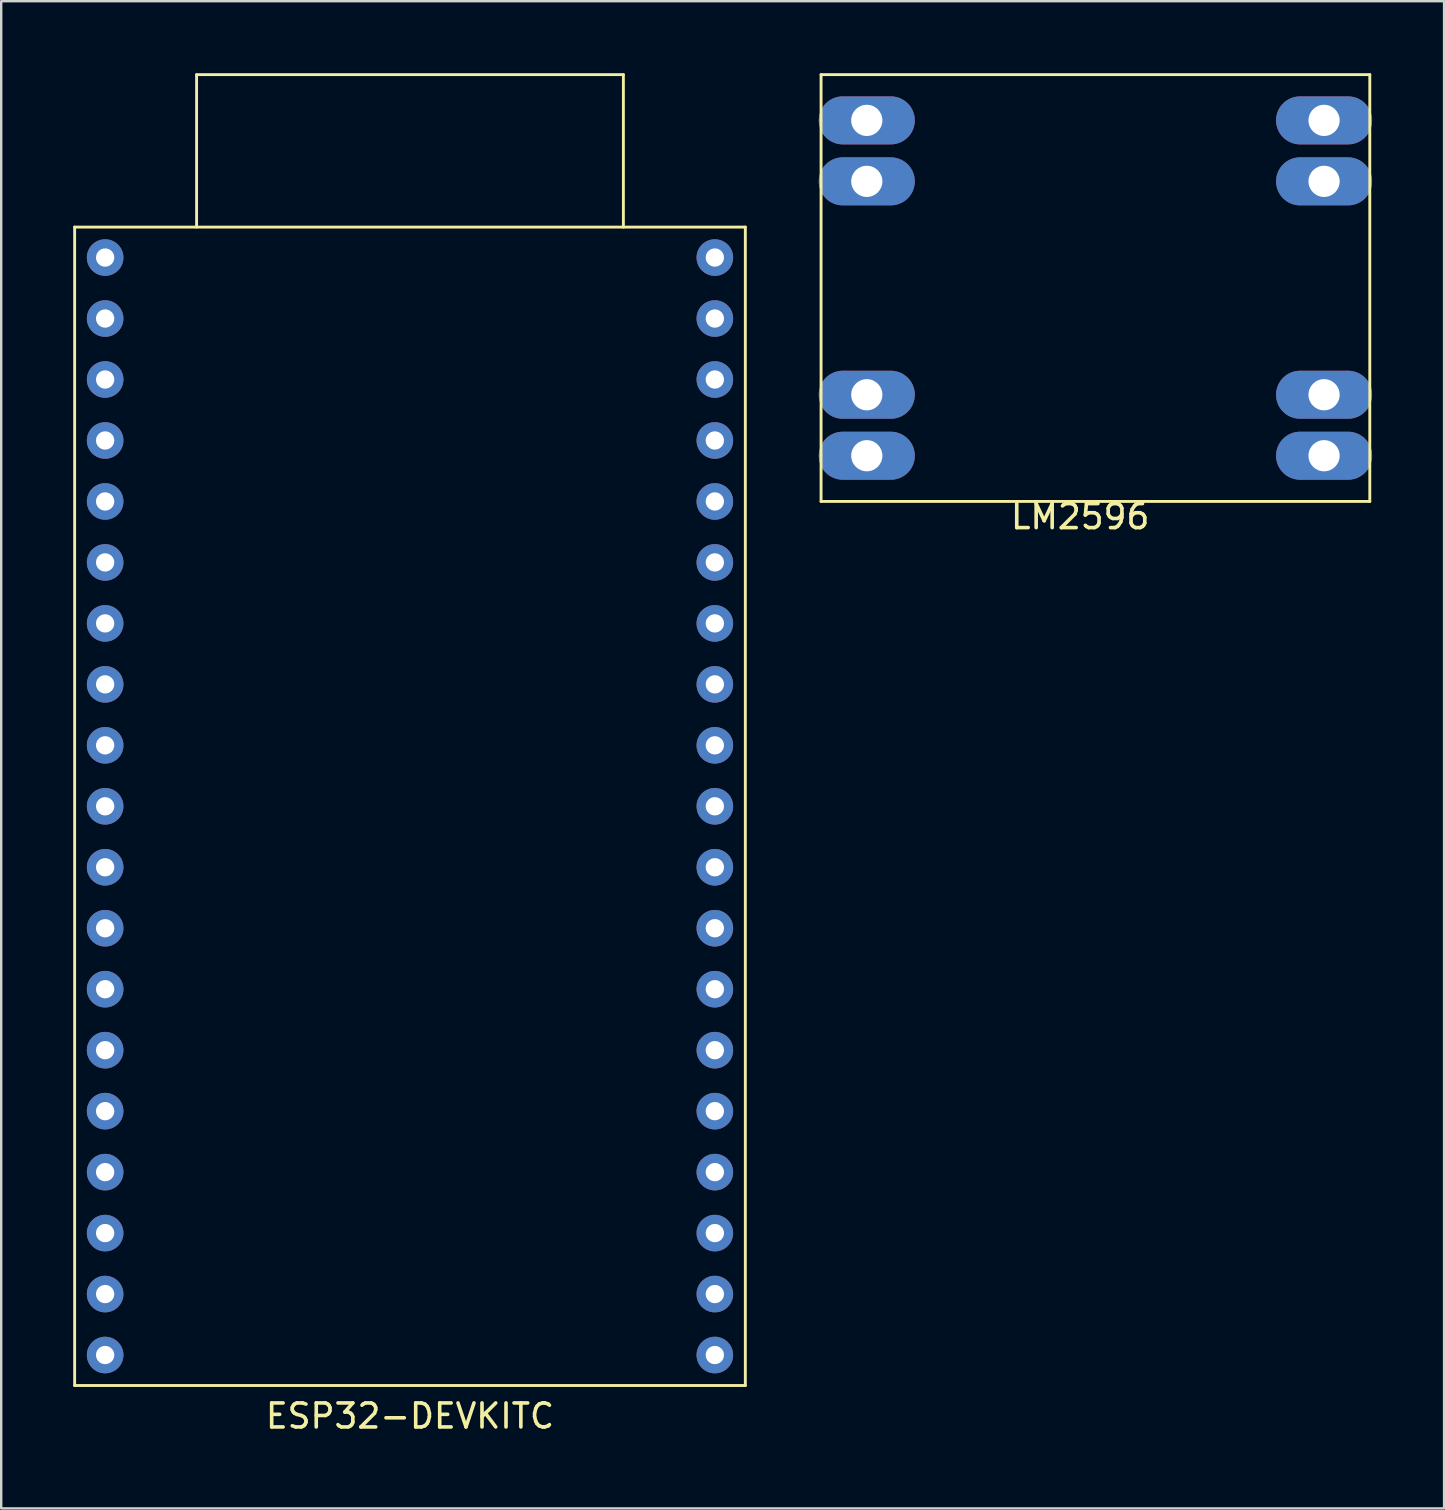
<source format=kicad_pcb>
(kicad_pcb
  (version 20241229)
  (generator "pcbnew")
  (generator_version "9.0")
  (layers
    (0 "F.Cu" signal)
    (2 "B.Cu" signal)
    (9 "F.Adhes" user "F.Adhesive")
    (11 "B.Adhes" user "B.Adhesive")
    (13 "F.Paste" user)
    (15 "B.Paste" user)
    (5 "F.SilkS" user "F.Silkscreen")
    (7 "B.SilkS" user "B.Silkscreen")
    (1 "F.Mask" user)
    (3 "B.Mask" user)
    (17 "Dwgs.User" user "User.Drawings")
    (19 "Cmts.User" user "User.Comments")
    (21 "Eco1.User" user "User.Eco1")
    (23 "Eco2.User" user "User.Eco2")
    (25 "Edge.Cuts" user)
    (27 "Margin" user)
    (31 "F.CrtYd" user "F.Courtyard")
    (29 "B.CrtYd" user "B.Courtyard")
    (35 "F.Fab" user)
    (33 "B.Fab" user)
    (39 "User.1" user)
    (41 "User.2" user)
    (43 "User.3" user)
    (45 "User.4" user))
  (footprint "LM2596"
    (layer "F.Cu")
    (at 41.95 8.315)
    (property "Reference" "LM2596" (at 0 10.16 0) (layer "F.SilkS") (effects (font (size 1 1) (thickness 0.15))))
    (attr through_hole)
    (fp_line (start -10.795 -8.255) (end 12.065 -8.255) (stroke (width 0.12) (type solid)) (layer "F.SilkS"))
    (fp_line (start -10.795 9.525) (end -10.795 -8.255) (stroke (width 0.12) (type solid)) (layer "F.SilkS"))
    (fp_line (start 12.065 -8.255) (end 12.065 9.525) (stroke (width 0.12) (type solid)) (layer "F.SilkS"))
    (fp_line (start 12.065 9.525) (end -10.795 9.525) (stroke (width 0.12) (type solid)) (layer "F.SilkS"))
    (pad "1" thru_hole oval (at -8.89 -6.35) (size 4 2) (drill 1.3) (layers "*.Cu" "*.Mask"))
    (pad "1" thru_hole oval (at -8.89 -3.81) (size 4 2) (drill 1.3) (layers "*.Cu" "*.Mask"))
    (pad "2" thru_hole oval (at -8.89 5.08) (size 4 2) (drill 1.3) (layers "*.Cu" "*.Mask"))
    (pad "2" thru_hole oval (at -8.89 7.62) (size 4 2) (drill 1.3) (layers "*.Cu" "*.Mask"))
    (pad "3" thru_hole oval (at 10.16 -6.35) (size 4 2) (drill 1.3) (layers "*.Cu" "*.Mask"))
    (pad "3" thru_hole oval (at 10.16 -3.81) (size 4 2) (drill 1.3) (layers "*.Cu" "*.Mask"))
    (pad "4" thru_hole oval (at 10.16 5.08) (size 4 2) (drill 1.3) (layers "*.Cu" "*.Mask"))
    (pad "4" thru_hole oval (at 10.16 7.62) (size 4 2) (drill 1.3) (layers "*.Cu" "*.Mask")))
  (footprint "ESP32-DEVKITC"
    (layer "F.Cu")
    (at 14.03 30.54)
    (property "Reference" "ESP32-DEVKITC" (at 0 25.4 0) (layer "F.SilkS") (effects (font (size 1 1) (thickness 0.15))))
    (attr through_hole)
    (fp_line (start -13.97 -24.13) (end -13.97 24.13) (stroke (width 0.12) (type solid)) (layer "F.SilkS"))
    (fp_line (start -13.97 24.13) (end 13.97 24.13) (stroke (width 0.12) (type solid)) (layer "F.SilkS"))
    (fp_line (start -8.89 -30.48) (end -8.89 -24.13) (stroke (width 0.12) (type solid)) (layer "F.SilkS"))
    (fp_line (start 8.89 -30.48) (end -8.89 -30.48) (stroke (width 0.12) (type solid)) (layer "F.SilkS"))
    (fp_line (start 8.89 -24.13) (end 8.89 -30.48) (stroke (width 0.12) (type solid)) (layer "F.SilkS"))
    (fp_line (start 13.97 -24.13) (end -13.97 -24.13) (stroke (width 0.12) (type solid)) (layer "F.SilkS"))
    (fp_line (start 13.97 24.13) (end 13.97 -24.13) (stroke (width 0.12) (type solid)) (layer "F.SilkS"))
    (pad "1" thru_hole circle (at -12.7 -22.86) (size 1.524 1.524) (drill 0.762) (layers "*.Cu" "*.Mask"))
    (pad "2" thru_hole circle (at -12.7 -20.32) (size 1.524 1.524) (drill 0.762) (layers "*.Cu" "*.Mask"))
    (pad "3" thru_hole circle (at -12.7 -17.78) (size 1.524 1.524) (drill 0.762) (layers "*.Cu" "*.Mask"))
    (pad "4" thru_hole circle (at -12.7 -15.24) (size 1.524 1.524) (drill 0.762) (layers "*.Cu" "*.Mask"))
    (pad "5" thru_hole circle (at -12.7 -12.7) (size 1.524 1.524) (drill 0.762) (layers "*.Cu" "*.Mask"))
    (pad "6" thru_hole circle (at -12.7 -10.16) (size 1.524 1.524) (drill 0.762) (layers "*.Cu" "*.Mask"))
    (pad "7" thru_hole circle (at -12.7 -7.62) (size 1.524 1.524) (drill 0.762) (layers "*.Cu" "*.Mask"))
    (pad "8" thru_hole circle (at -12.7 -5.08) (size 1.524 1.524) (drill 0.762) (layers "*.Cu" "*.Mask"))
    (pad "9" thru_hole circle (at -12.7 -2.54) (size 1.524 1.524) (drill 0.762) (layers "*.Cu" "*.Mask"))
    (pad "10" thru_hole circle (at -12.7 0) (size 1.524 1.524) (drill 0.762) (layers "*.Cu" "*.Mask"))
    (pad "11" thru_hole circle (at -12.7 2.54) (size 1.524 1.524) (drill 0.762) (layers "*.Cu" "*.Mask"))
    (pad "12" thru_hole circle (at -12.7 5.08) (size 1.524 1.524) (drill 0.762) (layers "*.Cu" "*.Mask"))
    (pad "13" thru_hole circle (at -12.7 7.62) (size 1.524 1.524) (drill 0.762) (layers "*.Cu" "*.Mask"))
    (pad "14" thru_hole circle (at -12.7 10.16) (size 1.524 1.524) (drill 0.762) (layers "*.Cu" "*.Mask"))
    (pad "15" thru_hole circle (at -12.7 12.7) (size 1.524 1.524) (drill 0.762) (layers "*.Cu" "*.Mask"))
    (pad "16" thru_hole circle (at -12.7 15.24) (size 1.524 1.524) (drill 0.762) (layers "*.Cu" "*.Mask"))
    (pad "17" thru_hole circle (at -12.7 17.78) (size 1.524 1.524) (drill 0.762) (layers "*.Cu" "*.Mask"))
    (pad "18" thru_hole circle (at -12.7 20.32) (size 1.524 1.524) (drill 0.762) (layers "*.Cu" "*.Mask"))
    (pad "19" thru_hole circle (at -12.7 22.86) (size 1.524 1.524) (drill 0.762) (layers "*.Cu" "*.Mask"))
    (pad "20" thru_hole circle (at 12.7 22.86) (size 1.524 1.524) (drill 0.762) (layers "*.Cu" "*.Mask"))
    (pad "21" thru_hole circle (at 12.7 20.32) (size 1.524 1.524) (drill 0.762) (layers "*.Cu" "*.Mask"))
    (pad "22" thru_hole circle (at 12.7 17.78) (size 1.524 1.524) (drill 0.762) (layers "*.Cu" "*.Mask"))
    (pad "23" thru_hole circle (at 12.7 15.24) (size 1.524 1.524) (drill 0.762) (layers "*.Cu" "*.Mask"))
    (pad "24" thru_hole circle (at 12.7 12.7) (size 1.524 1.524) (drill 0.762) (layers "*.Cu" "*.Mask"))
    (pad "25" thru_hole circle (at 12.7 10.16) (size 1.524 1.524) (drill 0.762) (layers "*.Cu" "*.Mask"))
    (pad "26" thru_hole circle (at 12.7 7.62) (size 1.524 1.524) (drill 0.762) (layers "*.Cu" "*.Mask"))
    (pad "27" thru_hole circle (at 12.7 5.08) (size 1.524 1.524) (drill 0.762) (layers "*.Cu" "*.Mask"))
    (pad "28" thru_hole circle (at 12.7 2.54) (size 1.524 1.524) (drill 0.762) (layers "*.Cu" "*.Mask"))
    (pad "29" thru_hole circle (at 12.7 0) (size 1.524 1.524) (drill 0.762) (layers "*.Cu" "*.Mask"))
    (pad "30" thru_hole circle (at 12.7 -2.54) (size 1.524 1.524) (drill 0.762) (layers "*.Cu" "*.Mask"))
    (pad "31" thru_hole circle (at 12.7 -5.08) (size 1.524 1.524) (drill 0.762) (layers "*.Cu" "*.Mask"))
    (pad "32" thru_hole circle (at 12.7 -7.62) (size 1.524 1.524) (drill 0.762) (layers "*.Cu" "*.Mask"))
    (pad "33" thru_hole circle (at 12.7 -10.16) (size 1.524 1.524) (drill 0.762) (layers "*.Cu" "*.Mask"))
    (pad "34" thru_hole circle (at 12.7 -12.7) (size 1.524 1.524) (drill 0.762) (layers "*.Cu" "*.Mask"))
    (pad "35" thru_hole circle (at 12.7 -15.24) (size 1.524 1.524) (drill 0.762) (layers "*.Cu" "*.Mask"))
    (pad "36" thru_hole circle (at 12.7 -17.78) (size 1.524 1.524) (drill 0.762) (layers "*.Cu" "*.Mask"))
    (pad "37" thru_hole circle (at 12.7 -20.32) (size 1.524 1.524) (drill 0.762) (layers "*.Cu" "*.Mask"))
    (pad "38" thru_hole circle (at 12.7 -22.86) (size 1.524 1.524) (drill 0.762) (layers "*.Cu" "*.Mask")))
  (gr_rect
    (start -3 -3)
    (end 57.11 59.788)
    (stroke (width 0.1) (type default))
    (fill no)
    (layer "Edge.Cuts")))
</source>
